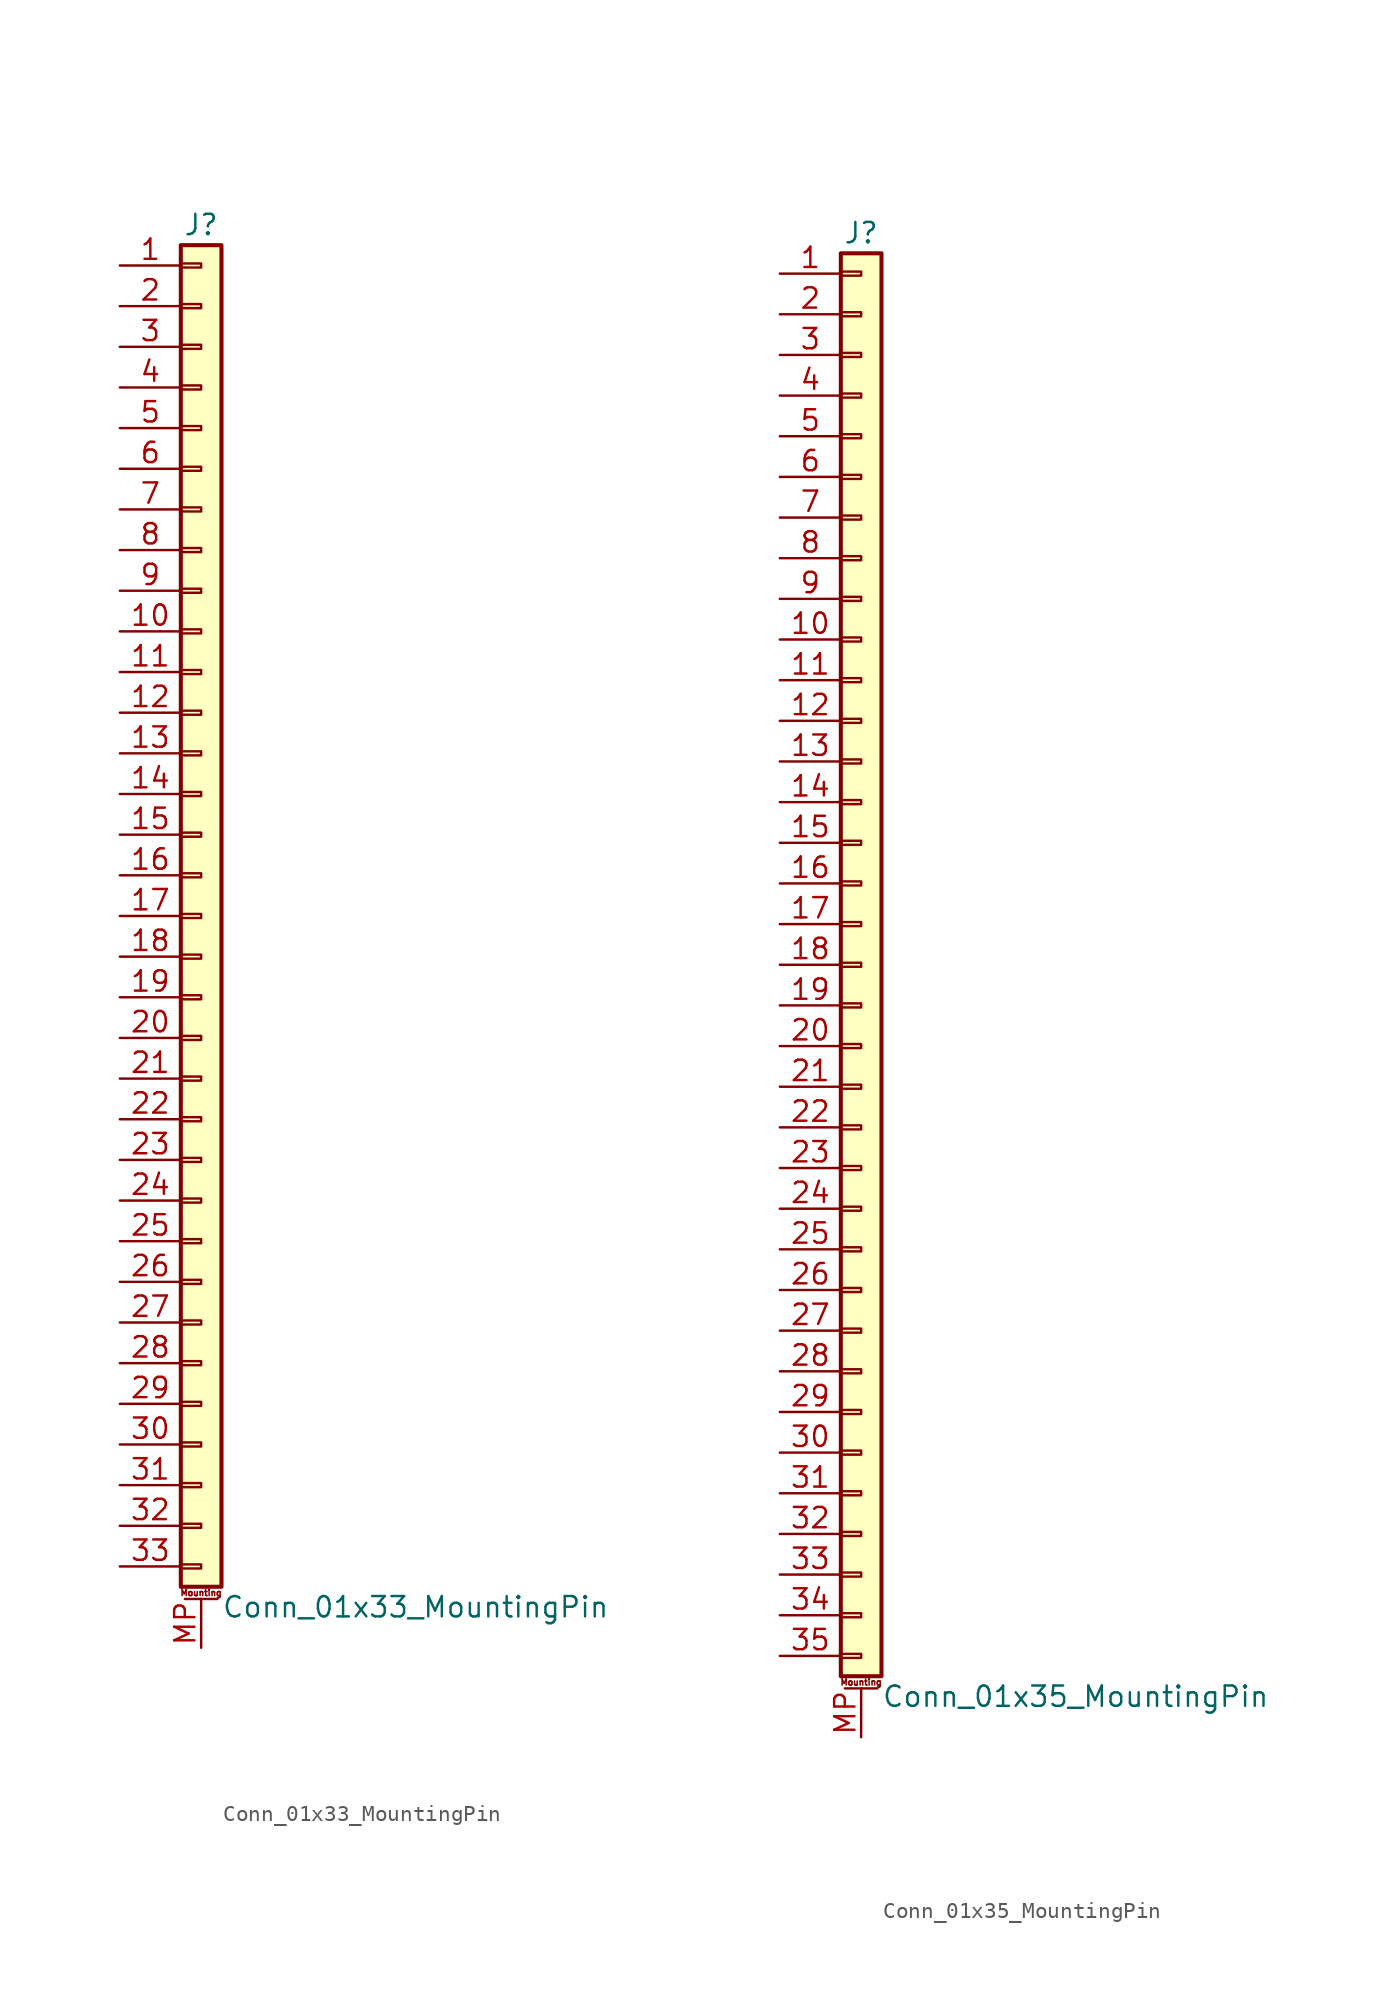
<source format=kicad_sym>
(kicad_symbol_lib
  (version 20220914)
  (generator kicad_symbol_editor)
  (symbol "Conn_01x33_MountingPin"
    (pin_names
      (offset 1.016) hide)
    (property "Reference" "J"
      (at 0 43.18 0)
      (effects (font (size 1.27 1.27))))
    (property "Value" "Conn_01x33_MountingPin"
      (at 1.27 -43.18 0)
      (effects (font (size 1.27 1.27)) (justify left)))
    (symbol "Conn_01x33_MountingPin_1_1"
      (rectangle (start -1.27 -40.513) (end 0 -40.767) (stroke (width 0.152) (type default)) (fill (type none)))
      (rectangle (start -1.27 -37.973) (end 0 -38.227) (stroke (width 0.152) (type default)) (fill (type none)))
      (rectangle (start -1.27 -35.433) (end 0 -35.687) (stroke (width 0.152) (type default)) (fill (type none)))
      (rectangle (start -1.27 -32.893) (end 0 -33.147) (stroke (width 0.152) (type default)) (fill (type none)))
      (rectangle (start -1.27 -30.353) (end 0 -30.607) (stroke (width 0.152) (type default)) (fill (type none)))
      (rectangle (start -1.27 -27.813) (end 0 -28.067) (stroke (width 0.152) (type default)) (fill (type none)))
      (rectangle (start -1.27 -25.273) (end 0 -25.527) (stroke (width 0.152) (type default)) (fill (type none)))
      (rectangle (start -1.27 -22.733) (end 0 -22.987) (stroke (width 0.152) (type default)) (fill (type none)))
      (rectangle (start -1.27 -20.193) (end 0 -20.447) (stroke (width 0.152) (type default)) (fill (type none)))
      (rectangle (start -1.27 -17.653) (end 0 -17.907) (stroke (width 0.152) (type default)) (fill (type none)))
      (rectangle (start -1.27 -15.113) (end 0 -15.367) (stroke (width 0.152) (type default)) (fill (type none)))
      (rectangle (start -1.27 -12.573) (end 0 -12.827) (stroke (width 0.152) (type default)) (fill (type none)))
      (rectangle (start -1.27 -10.033) (end 0 -10.287) (stroke (width 0.152) (type default)) (fill (type none)))
      (rectangle (start -1.27 -7.493) (end 0 -7.747) (stroke (width 0.152) (type default)) (fill (type none)))
      (rectangle (start -1.27 -4.953) (end 0 -5.207) (stroke (width 0.152) (type default)) (fill (type none)))
      (rectangle (start -1.27 -2.413) (end 0 -2.667) (stroke (width 0.152) (type default)) (fill (type none)))
      (rectangle (start -1.27 0.127) (end 0 -0.127) (stroke (width 0.152) (type default)) (fill (type none)))
      (rectangle (start -1.27 2.667) (end 0 2.413) (stroke (width 0.152) (type default)) (fill (type none)))
      (rectangle (start -1.27 5.207) (end 0 4.953) (stroke (width 0.152) (type default)) (fill (type none)))
      (rectangle (start -1.27 7.747) (end 0 7.493) (stroke (width 0.152) (type default)) (fill (type none)))
      (rectangle (start -1.27 10.287) (end 0 10.033) (stroke (width 0.152) (type default)) (fill (type none)))
      (rectangle (start -1.27 12.827) (end 0 12.573) (stroke (width 0.152) (type default)) (fill (type none)))
      (rectangle (start -1.27 15.367) (end 0 15.113) (stroke (width 0.152) (type default)) (fill (type none)))
      (rectangle (start -1.27 17.907) (end 0 17.653) (stroke (width 0.152) (type default)) (fill (type none)))
      (rectangle (start -1.27 20.447) (end 0 20.193) (stroke (width 0.152) (type default)) (fill (type none)))
      (rectangle (start -1.27 22.987) (end 0 22.733) (stroke (width 0.152) (type default)) (fill (type none)))
      (rectangle (start -1.27 25.527) (end 0 25.273) (stroke (width 0.152) (type default)) (fill (type none)))
      (rectangle (start -1.27 28.067) (end 0 27.813) (stroke (width 0.152) (type default)) (fill (type none)))
      (rectangle (start -1.27 30.607) (end 0 30.353) (stroke (width 0.152) (type default)) (fill (type none)))
      (rectangle (start -1.27 33.147) (end 0 32.893) (stroke (width 0.152) (type default)) (fill (type none)))
      (rectangle (start -1.27 35.687) (end 0 35.433) (stroke (width 0.152) (type default)) (fill (type none)))
      (rectangle (start -1.27 38.227) (end 0 37.973) (stroke (width 0.152) (type default)) (fill (type none)))
      (rectangle (start -1.27 40.767) (end 0 40.513) (stroke (width 0.152) (type default)) (fill (type none)))
      (rectangle (start -1.27 41.91) (end 1.27 -41.91) (stroke (width 0.254) (type default)) (fill (type background)))
      (polyline (pts (xy -1.016 -42.672) (xy 1.016 -42.672)) (stroke (width 0.152) (type default)) (fill (type none)))
      (text "Mounting" (at 0 -42.291 0) (effects (font (size 0.381 0.381))))
      (pin passive line (at -5.08 40.64 0) (length 3.81) (name "Pin_1" (effects (font (size 1.27 1.27)))) (number "1" (effects (font (size 1.27 1.27)))))
      (pin passive line (at -5.08 17.78 0) (length 3.81) (name "Pin_10" (effects (font (size 1.27 1.27)))) (number "10" (effects (font (size 1.27 1.27)))))
      (pin passive line (at -5.08 15.24 0) (length 3.81) (name "Pin_11" (effects (font (size 1.27 1.27)))) (number "11" (effects (font (size 1.27 1.27)))))
      (pin passive line (at -5.08 12.7 0) (length 3.81) (name "Pin_12" (effects (font (size 1.27 1.27)))) (number "12" (effects (font (size 1.27 1.27)))))
      (pin passive line (at -5.08 10.16 0) (length 3.81) (name "Pin_13" (effects (font (size 1.27 1.27)))) (number "13" (effects (font (size 1.27 1.27)))))
      (pin passive line (at -5.08 7.62 0) (length 3.81) (name "Pin_14" (effects (font (size 1.27 1.27)))) (number "14" (effects (font (size 1.27 1.27)))))
      (pin passive line (at -5.08 5.08 0) (length 3.81) (name "Pin_15" (effects (font (size 1.27 1.27)))) (number "15" (effects (font (size 1.27 1.27)))))
      (pin passive line (at -5.08 2.54 0) (length 3.81) (name "Pin_16" (effects (font (size 1.27 1.27)))) (number "16" (effects (font (size 1.27 1.27)))))
      (pin passive line (at -5.08 0 0) (length 3.81) (name "Pin_17" (effects (font (size 1.27 1.27)))) (number "17" (effects (font (size 1.27 1.27)))))
      (pin passive line (at -5.08 -2.54 0) (length 3.81) (name "Pin_18" (effects (font (size 1.27 1.27)))) (number "18" (effects (font (size 1.27 1.27)))))
      (pin passive line (at -5.08 -5.08 0) (length 3.81) (name "Pin_19" (effects (font (size 1.27 1.27)))) (number "19" (effects (font (size 1.27 1.27)))))
      (pin passive line (at -5.08 38.1 0) (length 3.81) (name "Pin_2" (effects (font (size 1.27 1.27)))) (number "2" (effects (font (size 1.27 1.27)))))
      (pin passive line (at -5.08 -7.62 0) (length 3.81) (name "Pin_20" (effects (font (size 1.27 1.27)))) (number "20" (effects (font (size 1.27 1.27)))))
      (pin passive line (at -5.08 -10.16 0) (length 3.81) (name "Pin_21" (effects (font (size 1.27 1.27)))) (number "21" (effects (font (size 1.27 1.27)))))
      (pin passive line (at -5.08 -12.7 0) (length 3.81) (name "Pin_22" (effects (font (size 1.27 1.27)))) (number "22" (effects (font (size 1.27 1.27)))))
      (pin passive line (at -5.08 -15.24 0) (length 3.81) (name "Pin_23" (effects (font (size 1.27 1.27)))) (number "23" (effects (font (size 1.27 1.27)))))
      (pin passive line (at -5.08 -17.78 0) (length 3.81) (name "Pin_24" (effects (font (size 1.27 1.27)))) (number "24" (effects (font (size 1.27 1.27)))))
      (pin passive line (at -5.08 -20.32 0) (length 3.81) (name "Pin_25" (effects (font (size 1.27 1.27)))) (number "25" (effects (font (size 1.27 1.27)))))
      (pin passive line (at -5.08 -22.86 0) (length 3.81) (name "Pin_26" (effects (font (size 1.27 1.27)))) (number "26" (effects (font (size 1.27 1.27)))))
      (pin passive line (at -5.08 -25.4 0) (length 3.81) (name "Pin_27" (effects (font (size 1.27 1.27)))) (number "27" (effects (font (size 1.27 1.27)))))
      (pin passive line (at -5.08 -27.94 0) (length 3.81) (name "Pin_28" (effects (font (size 1.27 1.27)))) (number "28" (effects (font (size 1.27 1.27)))))
      (pin passive line (at -5.08 -30.48 0) (length 3.81) (name "Pin_29" (effects (font (size 1.27 1.27)))) (number "29" (effects (font (size 1.27 1.27)))))
      (pin passive line (at -5.08 35.56 0) (length 3.81) (name "Pin_3" (effects (font (size 1.27 1.27)))) (number "3" (effects (font (size 1.27 1.27)))))
      (pin passive line (at -5.08 -33.02 0) (length 3.81) (name "Pin_30" (effects (font (size 1.27 1.27)))) (number "30" (effects (font (size 1.27 1.27)))))
      (pin passive line (at -5.08 -35.56 0) (length 3.81) (name "Pin_31" (effects (font (size 1.27 1.27)))) (number "31" (effects (font (size 1.27 1.27)))))
      (pin passive line (at -5.08 -38.1 0) (length 3.81) (name "Pin_32" (effects (font (size 1.27 1.27)))) (number "32" (effects (font (size 1.27 1.27)))))
      (pin passive line (at -5.08 -40.64 0) (length 3.81) (name "Pin_33" (effects (font (size 1.27 1.27)))) (number "33" (effects (font (size 1.27 1.27)))))
      (pin passive line (at -5.08 33.02 0) (length 3.81) (name "Pin_4" (effects (font (size 1.27 1.27)))) (number "4" (effects (font (size 1.27 1.27)))))
      (pin passive line (at -5.08 30.48 0) (length 3.81) (name "Pin_5" (effects (font (size 1.27 1.27)))) (number "5" (effects (font (size 1.27 1.27)))))
      (pin passive line (at -5.08 27.94 0) (length 3.81) (name "Pin_6" (effects (font (size 1.27 1.27)))) (number "6" (effects (font (size 1.27 1.27)))))
      (pin passive line (at -5.08 25.4 0) (length 3.81) (name "Pin_7" (effects (font (size 1.27 1.27)))) (number "7" (effects (font (size 1.27 1.27)))))
      (pin passive line (at -5.08 22.86 0) (length 3.81) (name "Pin_8" (effects (font (size 1.27 1.27)))) (number "8" (effects (font (size 1.27 1.27)))))
      (pin passive line (at -5.08 20.32 0) (length 3.81) (name "Pin_9" (effects (font (size 1.27 1.27)))) (number "9" (effects (font (size 1.27 1.27)))))
      (pin passive line (at 0 -45.72 90) (length 3.048) (name "MountPin" (effects (font (size 1.27 1.27)))) (number "MP" (effects (font (size 1.27 1.27)))))))
  (symbol "Conn_01x35_MountingPin"
    (pin_names
      (offset 1.016) hide)
    (property "Reference" "J"
      (at 0 45.72 0)
      (effects (font (size 1.27 1.27))))
    (property "Value" "Conn_01x35_MountingPin"
      (at 1.27 -45.72 0)
      (effects (font (size 1.27 1.27)) (justify left)))
    (symbol "Conn_01x35_MountingPin_1_1"
      (rectangle (start -1.27 -43.053) (end 0 -43.307) (stroke (width 0.152) (type default)) (fill (type none)))
      (rectangle (start -1.27 -40.513) (end 0 -40.767) (stroke (width 0.152) (type default)) (fill (type none)))
      (rectangle (start -1.27 -37.973) (end 0 -38.227) (stroke (width 0.152) (type default)) (fill (type none)))
      (rectangle (start -1.27 -35.433) (end 0 -35.687) (stroke (width 0.152) (type default)) (fill (type none)))
      (rectangle (start -1.27 -32.893) (end 0 -33.147) (stroke (width 0.152) (type default)) (fill (type none)))
      (rectangle (start -1.27 -30.353) (end 0 -30.607) (stroke (width 0.152) (type default)) (fill (type none)))
      (rectangle (start -1.27 -27.813) (end 0 -28.067) (stroke (width 0.152) (type default)) (fill (type none)))
      (rectangle (start -1.27 -25.273) (end 0 -25.527) (stroke (width 0.152) (type default)) (fill (type none)))
      (rectangle (start -1.27 -22.733) (end 0 -22.987) (stroke (width 0.152) (type default)) (fill (type none)))
      (rectangle (start -1.27 -20.193) (end 0 -20.447) (stroke (width 0.152) (type default)) (fill (type none)))
      (rectangle (start -1.27 -17.653) (end 0 -17.907) (stroke (width 0.152) (type default)) (fill (type none)))
      (rectangle (start -1.27 -15.113) (end 0 -15.367) (stroke (width 0.152) (type default)) (fill (type none)))
      (rectangle (start -1.27 -12.573) (end 0 -12.827) (stroke (width 0.152) (type default)) (fill (type none)))
      (rectangle (start -1.27 -10.033) (end 0 -10.287) (stroke (width 0.152) (type default)) (fill (type none)))
      (rectangle (start -1.27 -7.493) (end 0 -7.747) (stroke (width 0.152) (type default)) (fill (type none)))
      (rectangle (start -1.27 -4.953) (end 0 -5.207) (stroke (width 0.152) (type default)) (fill (type none)))
      (rectangle (start -1.27 -2.413) (end 0 -2.667) (stroke (width 0.152) (type default)) (fill (type none)))
      (rectangle (start -1.27 0.127) (end 0 -0.127) (stroke (width 0.152) (type default)) (fill (type none)))
      (rectangle (start -1.27 2.667) (end 0 2.413) (stroke (width 0.152) (type default)) (fill (type none)))
      (rectangle (start -1.27 5.207) (end 0 4.953) (stroke (width 0.152) (type default)) (fill (type none)))
      (rectangle (start -1.27 7.747) (end 0 7.493) (stroke (width 0.152) (type default)) (fill (type none)))
      (rectangle (start -1.27 10.287) (end 0 10.033) (stroke (width 0.152) (type default)) (fill (type none)))
      (rectangle (start -1.27 12.827) (end 0 12.573) (stroke (width 0.152) (type default)) (fill (type none)))
      (rectangle (start -1.27 15.367) (end 0 15.113) (stroke (width 0.152) (type default)) (fill (type none)))
      (rectangle (start -1.27 17.907) (end 0 17.653) (stroke (width 0.152) (type default)) (fill (type none)))
      (rectangle (start -1.27 20.447) (end 0 20.193) (stroke (width 0.152) (type default)) (fill (type none)))
      (rectangle (start -1.27 22.987) (end 0 22.733) (stroke (width 0.152) (type default)) (fill (type none)))
      (rectangle (start -1.27 25.527) (end 0 25.273) (stroke (width 0.152) (type default)) (fill (type none)))
      (rectangle (start -1.27 28.067) (end 0 27.813) (stroke (width 0.152) (type default)) (fill (type none)))
      (rectangle (start -1.27 30.607) (end 0 30.353) (stroke (width 0.152) (type default)) (fill (type none)))
      (rectangle (start -1.27 33.147) (end 0 32.893) (stroke (width 0.152) (type default)) (fill (type none)))
      (rectangle (start -1.27 35.687) (end 0 35.433) (stroke (width 0.152) (type default)) (fill (type none)))
      (rectangle (start -1.27 38.227) (end 0 37.973) (stroke (width 0.152) (type default)) (fill (type none)))
      (rectangle (start -1.27 40.767) (end 0 40.513) (stroke (width 0.152) (type default)) (fill (type none)))
      (rectangle (start -1.27 43.307) (end 0 43.053) (stroke (width 0.152) (type default)) (fill (type none)))
      (rectangle (start -1.27 44.45) (end 1.27 -44.45) (stroke (width 0.254) (type default)) (fill (type background)))
      (polyline (pts (xy -1.016 -45.212) (xy 1.016 -45.212)) (stroke (width 0.152) (type default)) (fill (type none)))
      (text "Mounting" (at 0 -44.831 0) (effects (font (size 0.381 0.381))))
      (pin passive line (at -5.08 43.18 0) (length 3.81) (name "Pin_1" (effects (font (size 1.27 1.27)))) (number "1" (effects (font (size 1.27 1.27)))))
      (pin passive line (at -5.08 20.32 0) (length 3.81) (name "Pin_10" (effects (font (size 1.27 1.27)))) (number "10" (effects (font (size 1.27 1.27)))))
      (pin passive line (at -5.08 17.78 0) (length 3.81) (name "Pin_11" (effects (font (size 1.27 1.27)))) (number "11" (effects (font (size 1.27 1.27)))))
      (pin passive line (at -5.08 15.24 0) (length 3.81) (name "Pin_12" (effects (font (size 1.27 1.27)))) (number "12" (effects (font (size 1.27 1.27)))))
      (pin passive line (at -5.08 12.7 0) (length 3.81) (name "Pin_13" (effects (font (size 1.27 1.27)))) (number "13" (effects (font (size 1.27 1.27)))))
      (pin passive line (at -5.08 10.16 0) (length 3.81) (name "Pin_14" (effects (font (size 1.27 1.27)))) (number "14" (effects (font (size 1.27 1.27)))))
      (pin passive line (at -5.08 7.62 0) (length 3.81) (name "Pin_15" (effects (font (size 1.27 1.27)))) (number "15" (effects (font (size 1.27 1.27)))))
      (pin passive line (at -5.08 5.08 0) (length 3.81) (name "Pin_16" (effects (font (size 1.27 1.27)))) (number "16" (effects (font (size 1.27 1.27)))))
      (pin passive line (at -5.08 2.54 0) (length 3.81) (name "Pin_17" (effects (font (size 1.27 1.27)))) (number "17" (effects (font (size 1.27 1.27)))))
      (pin passive line (at -5.08 0 0) (length 3.81) (name "Pin_18" (effects (font (size 1.27 1.27)))) (number "18" (effects (font (size 1.27 1.27)))))
      (pin passive line (at -5.08 -2.54 0) (length 3.81) (name "Pin_19" (effects (font (size 1.27 1.27)))) (number "19" (effects (font (size 1.27 1.27)))))
      (pin passive line (at -5.08 40.64 0) (length 3.81) (name "Pin_2" (effects (font (size 1.27 1.27)))) (number "2" (effects (font (size 1.27 1.27)))))
      (pin passive line (at -5.08 -5.08 0) (length 3.81) (name "Pin_20" (effects (font (size 1.27 1.27)))) (number "20" (effects (font (size 1.27 1.27)))))
      (pin passive line (at -5.08 -7.62 0) (length 3.81) (name "Pin_21" (effects (font (size 1.27 1.27)))) (number "21" (effects (font (size 1.27 1.27)))))
      (pin passive line (at -5.08 -10.16 0) (length 3.81) (name "Pin_22" (effects (font (size 1.27 1.27)))) (number "22" (effects (font (size 1.27 1.27)))))
      (pin passive line (at -5.08 -12.7 0) (length 3.81) (name "Pin_23" (effects (font (size 1.27 1.27)))) (number "23" (effects (font (size 1.27 1.27)))))
      (pin passive line (at -5.08 -15.24 0) (length 3.81) (name "Pin_24" (effects (font (size 1.27 1.27)))) (number "24" (effects (font (size 1.27 1.27)))))
      (pin passive line (at -5.08 -17.78 0) (length 3.81) (name "Pin_25" (effects (font (size 1.27 1.27)))) (number "25" (effects (font (size 1.27 1.27)))))
      (pin passive line (at -5.08 -20.32 0) (length 3.81) (name "Pin_26" (effects (font (size 1.27 1.27)))) (number "26" (effects (font (size 1.27 1.27)))))
      (pin passive line (at -5.08 -22.86 0) (length 3.81) (name "Pin_27" (effects (font (size 1.27 1.27)))) (number "27" (effects (font (size 1.27 1.27)))))
      (pin passive line (at -5.08 -25.4 0) (length 3.81) (name "Pin_28" (effects (font (size 1.27 1.27)))) (number "28" (effects (font (size 1.27 1.27)))))
      (pin passive line (at -5.08 -27.94 0) (length 3.81) (name "Pin_29" (effects (font (size 1.27 1.27)))) (number "29" (effects (font (size 1.27 1.27)))))
      (pin passive line (at -5.08 38.1 0) (length 3.81) (name "Pin_3" (effects (font (size 1.27 1.27)))) (number "3" (effects (font (size 1.27 1.27)))))
      (pin passive line (at -5.08 -30.48 0) (length 3.81) (name "Pin_30" (effects (font (size 1.27 1.27)))) (number "30" (effects (font (size 1.27 1.27)))))
      (pin passive line (at -5.08 -33.02 0) (length 3.81) (name "Pin_31" (effects (font (size 1.27 1.27)))) (number "31" (effects (font (size 1.27 1.27)))))
      (pin passive line (at -5.08 -35.56 0) (length 3.81) (name "Pin_32" (effects (font (size 1.27 1.27)))) (number "32" (effects (font (size 1.27 1.27)))))
      (pin passive line (at -5.08 -38.1 0) (length 3.81) (name "Pin_33" (effects (font (size 1.27 1.27)))) (number "33" (effects (font (size 1.27 1.27)))))
      (pin passive line (at -5.08 -40.64 0) (length 3.81) (name "Pin_34" (effects (font (size 1.27 1.27)))) (number "34" (effects (font (size 1.27 1.27)))))
      (pin passive line (at -5.08 -43.18 0) (length 3.81) (name "Pin_35" (effects (font (size 1.27 1.27)))) (number "35" (effects (font (size 1.27 1.27)))))
      (pin passive line (at -5.08 35.56 0) (length 3.81) (name "Pin_4" (effects (font (size 1.27 1.27)))) (number "4" (effects (font (size 1.27 1.27)))))
      (pin passive line (at -5.08 33.02 0) (length 3.81) (name "Pin_5" (effects (font (size 1.27 1.27)))) (number "5" (effects (font (size 1.27 1.27)))))
      (pin passive line (at -5.08 30.48 0) (length 3.81) (name "Pin_6" (effects (font (size 1.27 1.27)))) (number "6" (effects (font (size 1.27 1.27)))))
      (pin passive line (at -5.08 27.94 0) (length 3.81) (name "Pin_7" (effects (font (size 1.27 1.27)))) (number "7" (effects (font (size 1.27 1.27)))))
      (pin passive line (at -5.08 25.4 0) (length 3.81) (name "Pin_8" (effects (font (size 1.27 1.27)))) (number "8" (effects (font (size 1.27 1.27)))))
      (pin passive line (at -5.08 22.86 0) (length 3.81) (name "Pin_9" (effects (font (size 1.27 1.27)))) (number "9" (effects (font (size 1.27 1.27)))))
      (pin passive line (at 0 -48.26 90) (length 3.048) (name "MountPin" (effects (font (size 1.27 1.27)))) (number "MP" (effects (font (size 1.27 1.27))))))))
</source>
